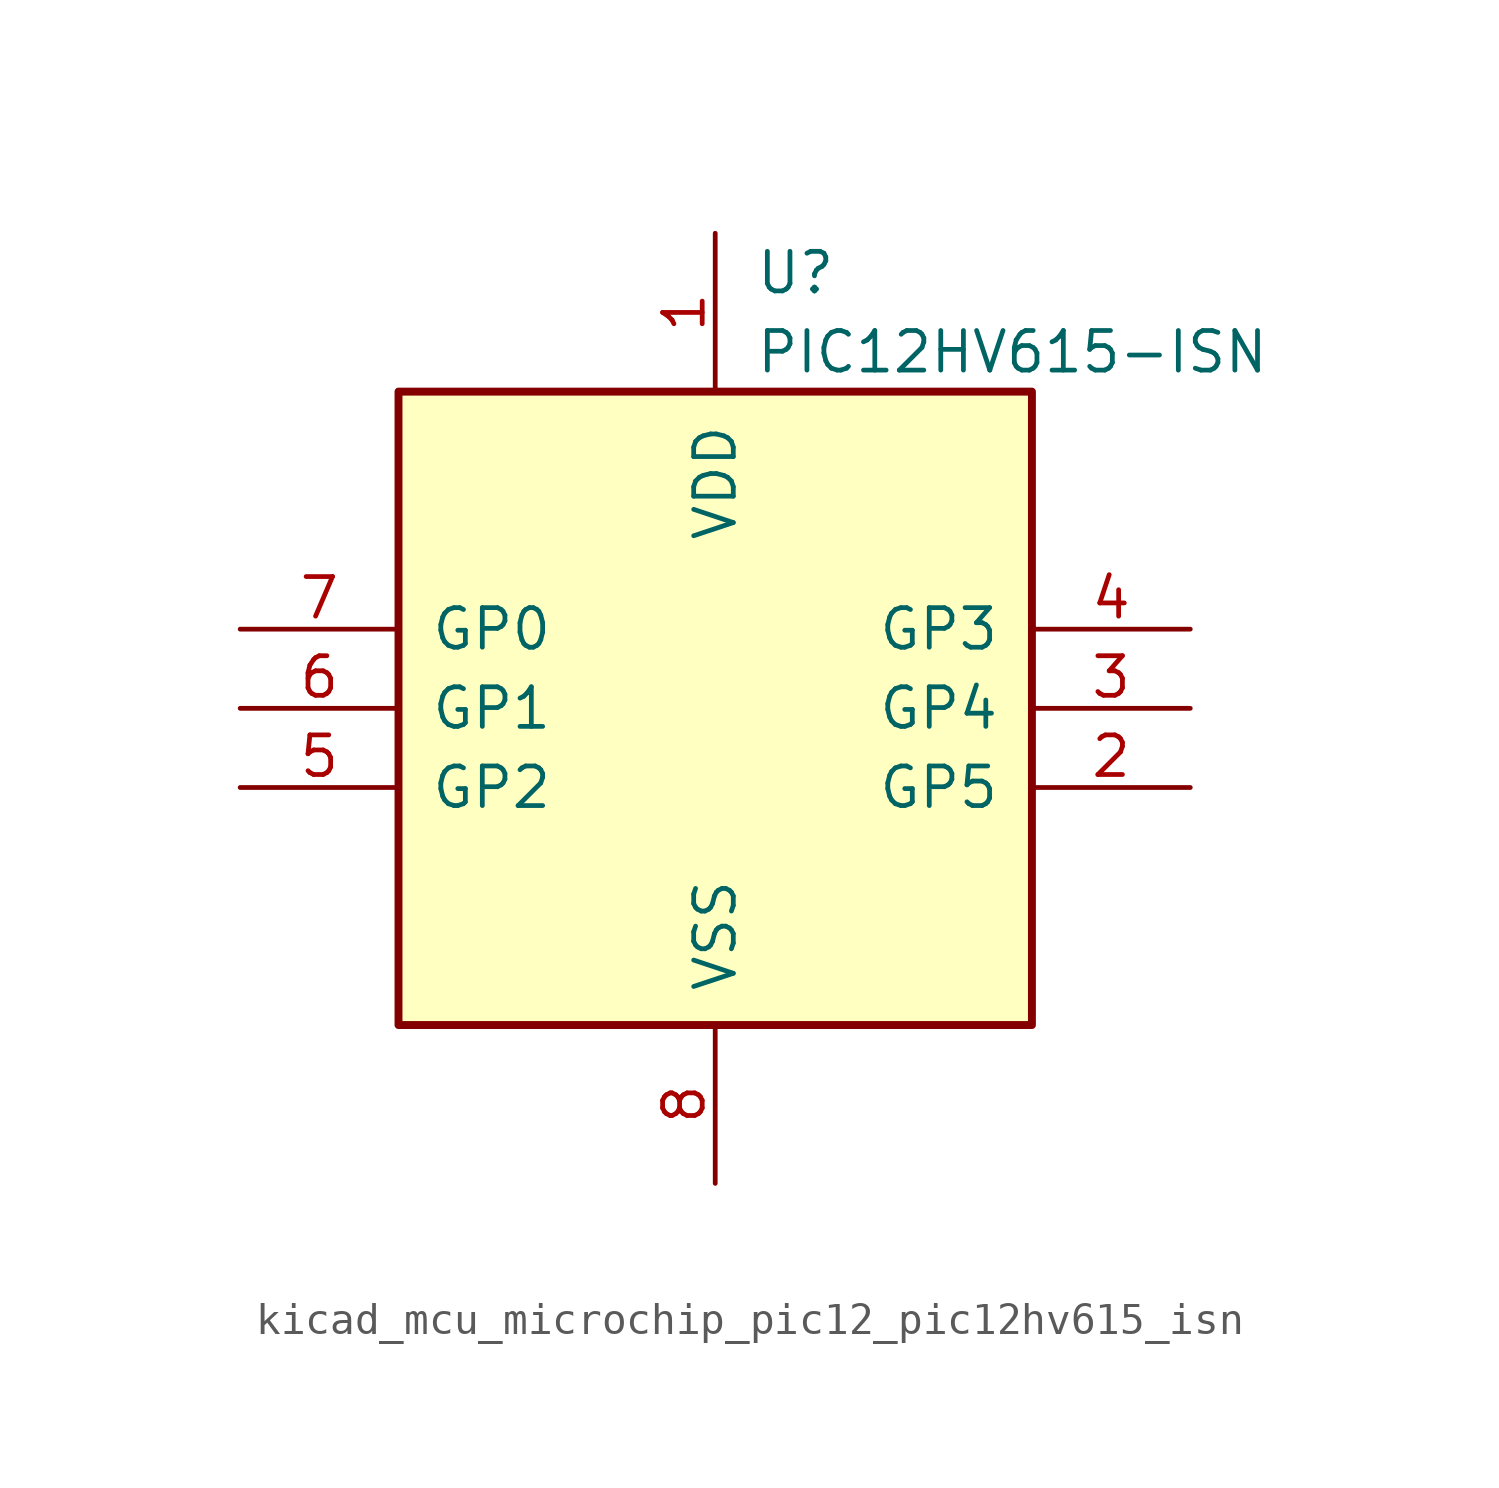
<source format=kicad_sym>
(kicad_symbol_lib
  (version 20220914)
  (generator kicad_symbol_editor)
  (symbol "kicad_mcu_microchip_pic12_pic12hv615_isn"
    (pin_names
      (offset 1.016))
    (property "Reference" "U"
      (at 1.27 13.97 0)
      (effects (font (size 1.27 1.27)) (justify left)))
    (property "Value" "PIC12HV615-ISN"
      (at 1.27 11.43 0)
      (effects (font (size 1.27 1.27)) (justify left)))
    (symbol "kicad_mcu_microchip_pic12_pic12hv615_isn_0_1"
      (rectangle (start 10.16 -10.16) (end -10.16 10.16) (stroke (width 0.254) (type default)) (fill (type background))))
    (symbol "kicad_mcu_microchip_pic12_pic12hv615_isn_1_1"
      (pin power_in line (at 0 15.24 270) (length 5.08) (name "VDD" (effects (font (size 1.27 1.27)))) (number "1" (effects (font (size 1.27 1.27)))))
      (pin bidirectional line (at 15.24 -2.54 180) (length 5.08) (name "GP5" (effects (font (size 1.27 1.27)))) (number "2" (effects (font (size 1.27 1.27)))))
      (pin bidirectional line (at 15.24 0 180) (length 5.08) (name "GP4" (effects (font (size 1.27 1.27)))) (number "3" (effects (font (size 1.27 1.27)))))
      (pin input line (at 15.24 2.54 180) (length 5.08) (name "GP3" (effects (font (size 1.27 1.27)))) (number "4" (effects (font (size 1.27 1.27)))))
      (pin bidirectional line (at -15.24 -2.54 0) (length 5.08) (name "GP2" (effects (font (size 1.27 1.27)))) (number "5" (effects (font (size 1.27 1.27)))))
      (pin bidirectional line (at -15.24 0 0) (length 5.08) (name "GP1" (effects (font (size 1.27 1.27)))) (number "6" (effects (font (size 1.27 1.27)))))
      (pin bidirectional line (at -15.24 2.54 0) (length 5.08) (name "GP0" (effects (font (size 1.27 1.27)))) (number "7" (effects (font (size 1.27 1.27)))))
      (pin power_in line (at 0 -15.24 90) (length 5.08) (name "VSS" (effects (font (size 1.27 1.27)))) (number "8" (effects (font (size 1.27 1.27))))))))
</source>
